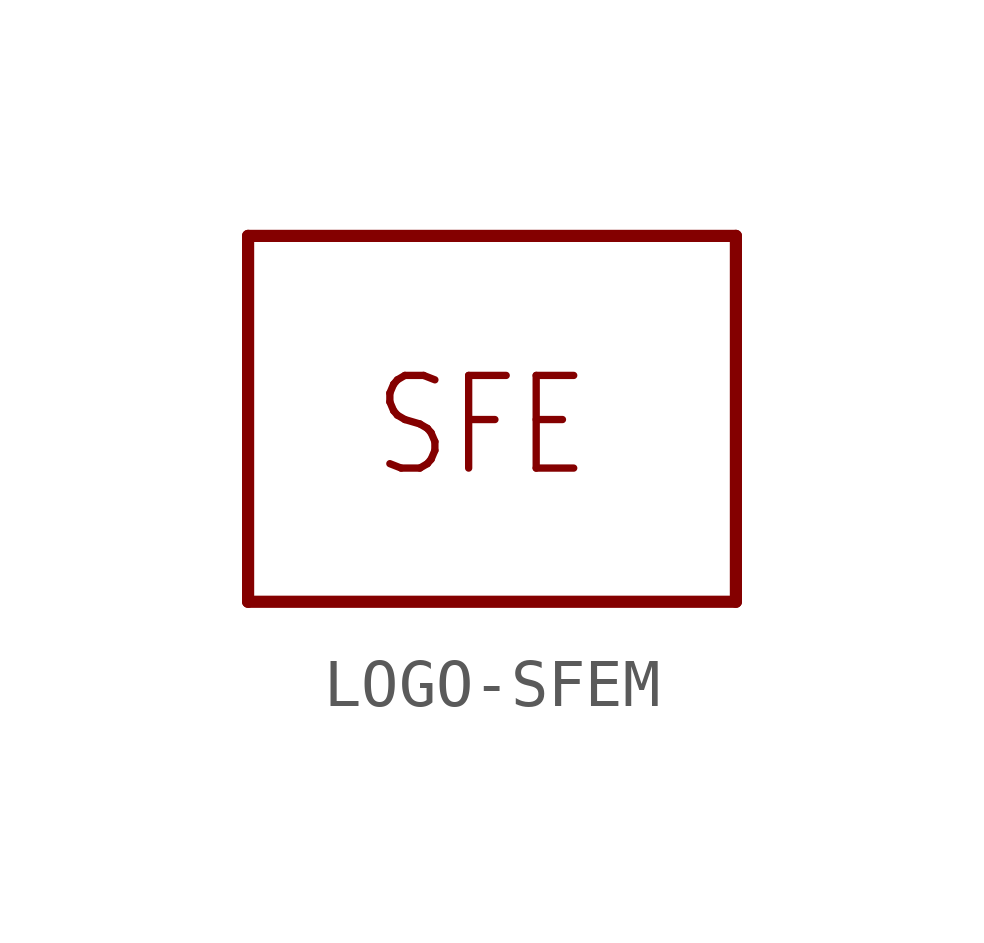
<source format=kicad_sym>
(kicad_symbol_lib
  (version 20220914)
  (generator kicad_symbol_editor)
  (symbol "LOGO-SFEM"
    (property "Reference" "JP"
      (at 0 0 0)
      (effects (font (size 1.27 1.27)) hide))
    (property "ki_locked" ""
      (at 0 0 0)
      (effects (font (size 1.27 1.27))))
    (symbol "LOGO-SFEM_1_0"
      (polyline (pts (xy -2.54 -2.54) (xy 7.62 -2.54)) (stroke (width 0.254) (type solid)) (fill (type none)))
      (polyline (pts (xy -2.54 5.08) (xy -2.54 -2.54)) (stroke (width 0.254) (type solid)) (fill (type none)))
      (polyline (pts (xy 7.62 -2.54) (xy 7.62 5.08)) (stroke (width 0.254) (type solid)) (fill (type none)))
      (polyline (pts (xy 7.62 5.08) (xy -2.54 5.08)) (stroke (width 0.254) (type solid)) (fill (type none)))
      (text "SFE" (at 0 0 0) (effects (font (size 1.93 1.641)) (justify left bottom))))))
</source>
